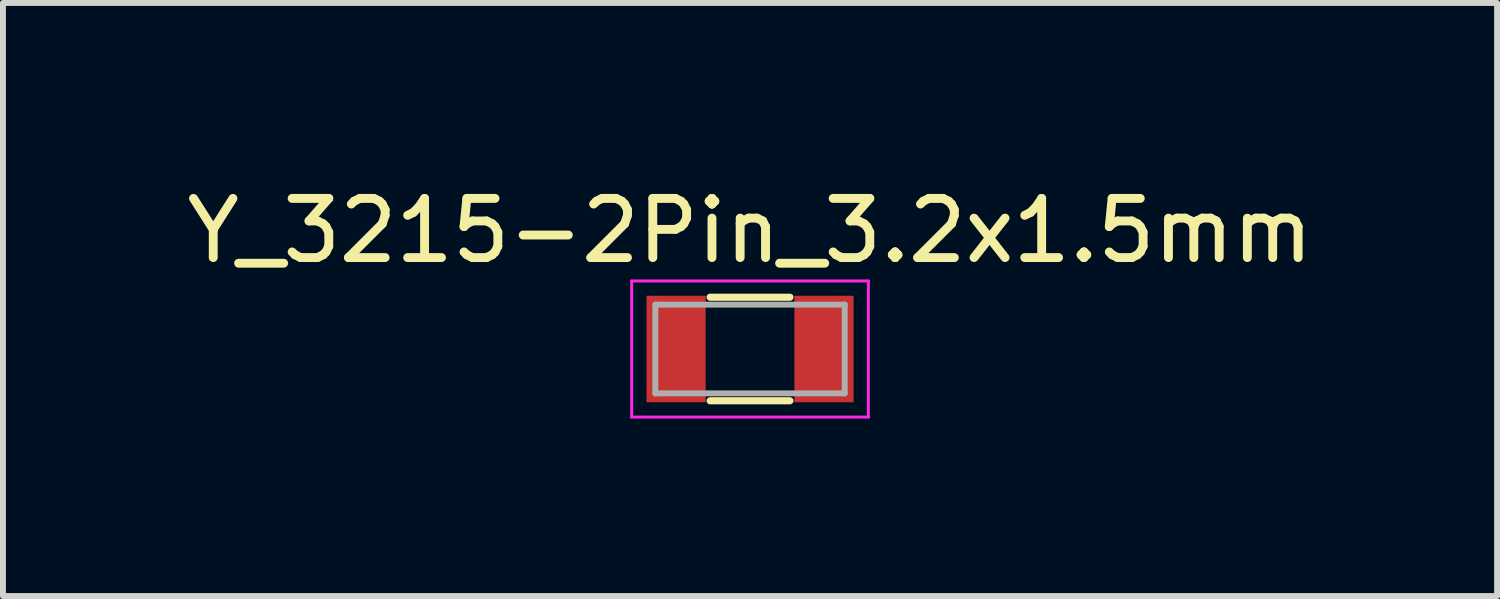
<source format=kicad_pcb>
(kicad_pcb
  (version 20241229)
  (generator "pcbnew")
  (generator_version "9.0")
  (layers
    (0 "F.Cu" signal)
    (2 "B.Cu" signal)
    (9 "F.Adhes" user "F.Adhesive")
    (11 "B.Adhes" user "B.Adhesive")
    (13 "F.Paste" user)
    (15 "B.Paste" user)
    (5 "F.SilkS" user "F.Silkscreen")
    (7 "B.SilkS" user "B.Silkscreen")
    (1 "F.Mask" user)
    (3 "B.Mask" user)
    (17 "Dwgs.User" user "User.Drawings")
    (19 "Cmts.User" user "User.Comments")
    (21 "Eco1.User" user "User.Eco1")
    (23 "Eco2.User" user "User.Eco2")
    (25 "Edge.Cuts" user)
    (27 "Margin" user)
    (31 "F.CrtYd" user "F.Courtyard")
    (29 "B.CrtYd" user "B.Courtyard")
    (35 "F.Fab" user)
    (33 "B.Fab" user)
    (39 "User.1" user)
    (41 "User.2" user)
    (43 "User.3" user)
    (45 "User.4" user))
  (footprint "Y_3215-2Pin_3.2x1.5mm"
    (layer "F.Cu")
    (at 9.625 2.848)
    (property "Reference" "Y_3215-2Pin_3.2x1.5mm" (at 0 -2 0) (layer "F.SilkS") (effects (font (size 1 1) (thickness 0.15))))
    (attr smd)
    (fp_line (start -0.675 -0.875) (end 0.675 -0.875) (stroke (width 0.12) (type solid)) (layer "F.SilkS"))
    (fp_line (start -0.675 0.875) (end 0.675 0.875) (stroke (width 0.12) (type solid)) (layer "F.SilkS"))
    (fp_line (start -2 -1.15) (end -2 1.15) (stroke (width 0.05) (type solid)) (layer "F.CrtYd"))
    (fp_line (start -2 -1.15) (end 2 -1.15) (stroke (width 0.05) (type solid)) (layer "F.CrtYd"))
    (fp_line (start -2 1.15) (end 2 1.15) (stroke (width 0.05) (type solid)) (layer "F.CrtYd"))
    (fp_line (start 2 -1.15) (end 2 1.15) (stroke (width 0.05) (type solid)) (layer "F.CrtYd"))
    (fp_line (start -1.6 -0.75) (end -1.6 0.75) (stroke (width 0.1) (type solid)) (layer "F.Fab"))
    (fp_line (start -1.6 -0.75) (end 1.6 -0.75) (stroke (width 0.1) (type solid)) (layer "F.Fab"))
    (fp_line (start -1.6 0.75) (end 1.6 0.75) (stroke (width 0.1) (type solid)) (layer "F.Fab"))
    (fp_line (start 1.6 -0.75) (end 1.6 0.75) (stroke (width 0.1) (type solid)) (layer "F.Fab"))
    (pad "1" smd rect (at 1.25 0) (size 1 1.8) (layers "F.Cu" "F.Mask" "F.Paste"))
    (pad "2" smd rect (at -1.25 0) (size 1 1.8) (layers "F.Cu" "F.Mask" "F.Paste")))
  (gr_rect
    (start -3 -3)
    (end 22.25 7.023)
    (stroke (width 0.1) (type default))
    (fill no)
    (layer "Edge.Cuts")))
</source>
